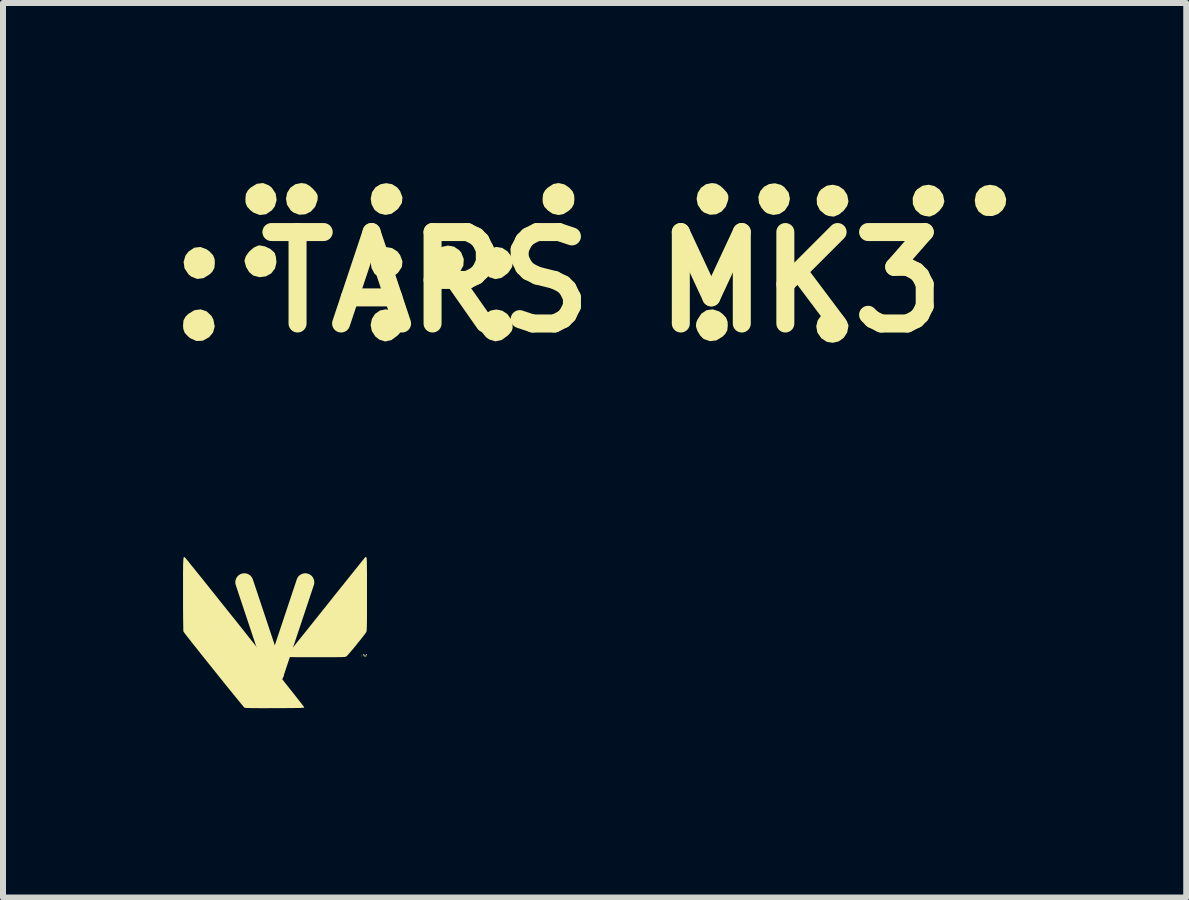
<source format=kicad_pcb>
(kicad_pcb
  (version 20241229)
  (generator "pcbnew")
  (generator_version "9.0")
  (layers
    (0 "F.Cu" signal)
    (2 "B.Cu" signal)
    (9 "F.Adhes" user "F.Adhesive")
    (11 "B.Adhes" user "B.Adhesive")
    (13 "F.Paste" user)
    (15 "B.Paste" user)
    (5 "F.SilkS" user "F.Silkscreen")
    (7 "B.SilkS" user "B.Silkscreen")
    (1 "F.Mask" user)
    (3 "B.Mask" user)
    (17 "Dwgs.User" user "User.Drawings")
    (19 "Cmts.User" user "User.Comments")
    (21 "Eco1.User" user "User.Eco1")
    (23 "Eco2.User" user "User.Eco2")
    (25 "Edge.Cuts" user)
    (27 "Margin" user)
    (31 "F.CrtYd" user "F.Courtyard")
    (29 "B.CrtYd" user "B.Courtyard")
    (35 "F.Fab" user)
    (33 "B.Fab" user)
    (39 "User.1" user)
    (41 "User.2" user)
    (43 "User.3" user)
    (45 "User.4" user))
  (footprint "TARS MK3"
    (layer "F.Cu")
    (at 6.988 1.651)
    (property "Reference" "TARS MK3" (at 0 0 0) (layer "F.SilkS") (effects (font (size 1.524 1.524) (thickness 0.3))))
    (attr board_only exclude_from_pos_files exclude_from_bom)
    (fp_poly (pts (xy -3.505 -1.632) (xy -3.418 -1.577) (xy -3.372 -1.518) (xy -3.332 -1.414) (xy -3.341 -1.319) (xy -3.402 -1.226) (xy -3.419 -1.209) (xy -3.514 -1.139) (xy -3.615 -1.12) (xy -3.718 -1.145) (xy -3.797 -1.204) (xy -3.847 -1.298) (xy -3.861 -1.392) (xy -3.839 -1.499) (xy -3.781 -1.58) (xy -3.698 -1.631) (xy -3.602 -1.649)) (stroke (width 0) (type solid)) (fill yes) (layer "F.SilkS"))
    (fp_poly (pts (xy -3.505 -0.567) (xy -3.418 -0.512) (xy -3.372 -0.453) (xy -3.332 -0.349) (xy -3.341 -0.254) (xy -3.402 -0.161) (xy -3.419 -0.144) (xy -3.514 -0.074) (xy -3.615 -0.055) (xy -3.718 -0.08) (xy -3.797 -0.139) (xy -3.847 -0.233) (xy -3.861 -0.327) (xy -3.839 -0.434) (xy -3.781 -0.515) (xy -3.698 -0.566) (xy -3.602 -0.584)) (stroke (width 0) (type solid)) (fill yes) (layer "F.SilkS"))
    (fp_poly (pts (xy 2.975 -1.621) (xy 3.03 -1.584) (xy 3.103 -1.493) (xy 3.125 -1.388) (xy 3.102 -1.288) (xy 3.038 -1.193) (xy 2.949 -1.135) (xy 2.847 -1.119) (xy 2.745 -1.147) (xy 2.708 -1.172) (xy 2.651 -1.236) (xy 2.61 -1.315) (xy 2.598 -1.421) (xy 2.629 -1.515) (xy 2.692 -1.588) (xy 2.777 -1.634) (xy 2.875 -1.647)) (stroke (width 0) (type solid)) (fill yes) (layer "F.SilkS"))
    (fp_poly (pts (xy 6.558 -1.605) (xy 6.646 -1.549) (xy 6.694 -1.487) (xy 6.728 -1.385) (xy 6.718 -1.287) (xy 6.67 -1.202) (xy 6.595 -1.137) (xy 6.499 -1.101) (xy 6.392 -1.104) (xy 6.346 -1.118) (xy 6.267 -1.177) (xy 6.217 -1.272) (xy 6.204 -1.366) (xy 6.225 -1.473) (xy 6.283 -1.554) (xy 6.365 -1.605) (xy 6.461 -1.622)) (stroke (width 0) (type solid)) (fill yes) (layer "F.SilkS"))
    (fp_poly (pts (xy -6.595 -0.547) (xy -6.544 -0.509) (xy -6.486 -0.446) (xy -6.461 -0.381) (xy -6.458 -0.319) (xy -6.466 -0.237) (xy -6.499 -0.175) (xy -6.544 -0.13) (xy -6.648 -0.066) (xy -6.752 -0.053) (xy -6.852 -0.092) (xy -6.898 -0.131) (xy -6.963 -0.229) (xy -6.979 -0.337) (xy -6.947 -0.444) (xy -6.898 -0.508) (xy -6.802 -0.573) (xy -6.699 -0.586)) (stroke (width 0) (type solid)) (fill yes) (layer "F.SilkS"))
    (fp_poly (pts (xy -6.594 0.487) (xy -6.514 0.564) (xy -6.483 0.623) (xy -6.46 0.737) (xy -6.488 0.84) (xy -6.555 0.919) (xy -6.658 0.976) (xy -6.764 0.981) (xy -6.869 0.934) (xy -6.901 0.908) (xy -6.96 0.845) (xy -6.984 0.78) (xy -6.988 0.719) (xy -6.98 0.636) (xy -6.946 0.575) (xy -6.901 0.53) (xy -6.799 0.468) (xy -6.693 0.454)) (stroke (width 0) (type solid)) (fill yes) (layer "F.SilkS"))
    (fp_poly (pts (xy -5.556 -1.612) (xy -5.509 -1.573) (xy -5.444 -1.475) (xy -5.428 -1.367) (xy -5.46 -1.26) (xy -5.509 -1.196) (xy -5.605 -1.131) (xy -5.708 -1.118) (xy -5.812 -1.157) (xy -5.863 -1.195) (xy -5.921 -1.258) (xy -5.946 -1.323) (xy -5.949 -1.384) (xy -5.941 -1.467) (xy -5.908 -1.529) (xy -5.863 -1.574) (xy -5.76 -1.638) (xy -5.655 -1.651)) (stroke (width 0) (type solid)) (fill yes) (layer "F.SilkS"))
    (fp_poly (pts (xy -3.505 0.477) (xy -3.415 0.543) (xy -3.354 0.638) (xy -3.337 0.698) (xy -3.332 0.763) (xy -3.348 0.814) (xy -3.394 0.87) (xy -3.415 0.891) (xy -3.517 0.966) (xy -3.619 0.989) (xy -3.718 0.958) (xy -3.783 0.907) (xy -3.843 0.815) (xy -3.862 0.714) (xy -3.842 0.615) (xy -3.79 0.531) (xy -3.708 0.473) (xy -3.61 0.453)) (stroke (width 0) (type solid)) (fill yes) (layer "F.SilkS"))
    (fp_poly (pts (xy -2.476 -0.592) (xy -2.389 -0.535) (xy -2.352 -0.491) (xy -2.31 -0.383) (xy -2.317 -0.274) (xy -2.371 -0.177) (xy -2.394 -0.154) (xy -2.496 -0.091) (xy -2.602 -0.082) (xy -2.707 -0.125) (xy -2.748 -0.157) (xy -2.806 -0.22) (xy -2.831 -0.285) (xy -2.834 -0.346) (xy -2.812 -0.454) (xy -2.754 -0.536) (xy -2.67 -0.589) (xy -2.574 -0.609)) (stroke (width 0) (type solid)) (fill yes) (layer "F.SilkS"))
    (fp_poly (pts (xy -1.67 0.476) (xy -1.586 0.53) (xy -1.524 0.617) (xy -1.5 0.698) (xy -1.495 0.763) (xy -1.511 0.814) (xy -1.557 0.87) (xy -1.578 0.891) (xy -1.68 0.965) (xy -1.784 0.987) (xy -1.887 0.955) (xy -1.938 0.919) (xy -2.012 0.828) (xy -2.034 0.723) (xy -2.011 0.623) (xy -1.948 0.528) (xy -1.862 0.473) (xy -1.766 0.456)) (stroke (width 0) (type solid)) (fill yes) (layer "F.SilkS"))
    (fp_poly (pts (xy -1.668 -0.569) (xy -1.581 -0.512) (xy -1.535 -0.453) (xy -1.495 -0.349) (xy -1.504 -0.254) (xy -1.565 -0.161) (xy -1.582 -0.144) (xy -1.682 -0.071) (xy -1.784 -0.05) (xy -1.884 -0.082) (xy -1.946 -0.131) (xy -2.002 -0.203) (xy -2.022 -0.284) (xy -2.023 -0.319) (xy -2.002 -0.43) (xy -1.944 -0.513) (xy -1.861 -0.566) (xy -1.766 -0.586)) (stroke (width 0) (type solid)) (fill yes) (layer "F.SilkS"))
    (fp_poly (pts (xy 3.937 -1.6) (xy 4.02 -1.542) (xy 4.079 -1.454) (xy 4.1 -1.343) (xy 4.078 -1.269) (xy 4.021 -1.192) (xy 3.945 -1.129) (xy 3.867 -1.095) (xy 3.843 -1.092) (xy 3.767 -1.103) (xy 3.714 -1.123) (xy 3.624 -1.198) (xy 3.575 -1.295) (xy 3.57 -1.4) (xy 3.609 -1.502) (xy 3.646 -1.546) (xy 3.738 -1.607) (xy 3.839 -1.623)) (stroke (width 0) (type solid)) (fill yes) (layer "F.SilkS"))
    (fp_poly (pts (xy 5.534 -1.6) (xy 5.618 -1.542) (xy 5.676 -1.454) (xy 5.698 -1.343) (xy 5.675 -1.269) (xy 5.618 -1.192) (xy 5.543 -1.129) (xy 5.464 -1.095) (xy 5.441 -1.093) (xy 5.359 -1.106) (xy 5.301 -1.129) (xy 5.218 -1.202) (xy 5.173 -1.299) (xy 5.17 -1.405) (xy 5.21 -1.506) (xy 5.243 -1.546) (xy 5.336 -1.607) (xy 5.437 -1.623)) (stroke (width 0) (type solid)) (fill yes) (layer "F.SilkS"))
    (fp_poly (pts (xy -4.942 -1.64) (xy -4.875 -1.601) (xy -4.826 -1.557) (xy -4.77 -1.494) (xy -4.745 -1.445) (xy -4.745 -1.386) (xy -4.748 -1.364) (xy -4.787 -1.255) (xy -4.859 -1.175) (xy -4.95 -1.13) (xy -5.05 -1.123) (xy -5.148 -1.159) (xy -5.194 -1.196) (xy -5.255 -1.289) (xy -5.273 -1.39) (xy -5.253 -1.489) (xy -5.2 -1.573) (xy -5.117 -1.631) (xy -5.018 -1.651)) (stroke (width 0) (type solid)) (fill yes) (layer "F.SilkS"))
    (fp_poly (pts (xy 1.9 -1.64) (xy 1.968 -1.601) (xy 2.016 -1.557) (xy 2.073 -1.494) (xy 2.097 -1.445) (xy 2.098 -1.386) (xy 2.094 -1.364) (xy 2.055 -1.255) (xy 1.984 -1.175) (xy 1.893 -1.13) (xy 1.792 -1.123) (xy 1.694 -1.159) (xy 1.649 -1.196) (xy 1.588 -1.289) (xy 1.569 -1.39) (xy 1.589 -1.489) (xy 1.643 -1.573) (xy 1.725 -1.631) (xy 1.824 -1.651)) (stroke (width 0) (type solid)) (fill yes) (layer "F.SilkS"))
    (fp_poly (pts (xy -0.635 -1.629) (xy -0.553 -1.574) (xy -0.495 -1.511) (xy -0.471 -1.446) (xy -0.467 -1.384) (xy -0.475 -1.302) (xy -0.509 -1.24) (xy -0.553 -1.195) (xy -0.648 -1.134) (xy -0.732 -1.118) (xy -0.83 -1.14) (xy -0.911 -1.195) (xy -0.969 -1.258) (xy -0.994 -1.323) (xy -0.997 -1.384) (xy -0.989 -1.467) (xy -0.956 -1.529) (xy -0.911 -1.574) (xy -0.817 -1.635) (xy -0.732 -1.651)) (stroke (width 0) (type solid)) (fill yes) (layer "F.SilkS"))
    (fp_poly (pts (xy 3.924 0.496) (xy 3.978 0.539) (xy 4.006 0.566) (xy 4.072 0.648) (xy 4.1 0.72) (xy 4.1 0.728) (xy 4.078 0.841) (xy 4.02 0.929) (xy 3.937 0.988) (xy 3.839 1.011) (xy 3.739 0.995) (xy 3.646 0.934) (xy 3.646 0.934) (xy 3.581 0.838) (xy 3.563 0.735) (xy 3.587 0.637) (xy 3.648 0.555) (xy 3.744 0.5) (xy 3.8 0.488) (xy 3.872 0.482)) (stroke (width 0) (type solid)) (fill yes) (layer "F.SilkS"))
    (fp_poly (pts (xy -5.621 -0.595) (xy -5.532 -0.552) (xy -5.468 -0.495) (xy -5.459 -0.481) (xy -5.44 -0.419) (xy -5.432 -0.339) (xy -5.431 -0.333) (xy -5.455 -0.228) (xy -5.517 -0.147) (xy -5.607 -0.096) (xy -5.712 -0.082) (xy -5.82 -0.11) (xy -5.886 -0.167) (xy -5.938 -0.253) (xy -5.963 -0.346) (xy -5.964 -0.36) (xy -5.942 -0.433) (xy -5.886 -0.509) (xy -5.812 -0.574) (xy -5.737 -0.609) (xy -5.712 -0.612)) (stroke (width 0) (type solid)) (fill yes) (layer "F.SilkS"))
    (fp_poly (pts (xy 1.945 0.488) (xy 2.002 0.53) (xy 2.061 0.593) (xy 2.085 0.657) (xy 2.089 0.719) (xy 2.081 0.802) (xy 2.047 0.863) (xy 2.002 0.908) (xy 1.901 0.97) (xy 1.793 0.984) (xy 1.691 0.949) (xy 1.68 0.942) (xy 1.627 0.887) (xy 1.583 0.813) (xy 1.581 0.809) (xy 1.558 0.737) (xy 1.563 0.677) (xy 1.581 0.629) (xy 1.648 0.526) (xy 1.737 0.467) (xy 1.84 0.454)) (stroke (width 0) (type solid)) (fill yes) (layer "F.SilkS")))
  (footprint "V"
    (layer "F.Cu")
    (at 1.529 7.487)
    (property "Reference" "V" (at 0 0 0) (layer "F.SilkS") (effects (font (size 1.524 1.524) (thickness 0.3))))
    (attr board_only exclude_from_pos_files exclude_from_bom)
    (fp_poly (pts (xy 1.441 0.37) (xy 1.442 0.39) (xy 1.441 0.402) (xy 1.439 0.405) (xy 1.438 0.396) (xy 1.438 0.386) (xy 1.439 0.37) (xy 1.44 0.366)) (stroke (width 0) (type solid)) (fill yes) (layer "F.SilkS"))
    (fp_poly (pts (xy 1.489 0.366) (xy 1.496 0.377) (xy 1.506 0.396) (xy 1.515 0.377) (xy 1.524 0.361) (xy 1.531 0.359) (xy 1.535 0.37) (xy 1.535 0.388) (xy 1.534 0.406) (xy 1.533 0.41) (xy 1.532 0.401) (xy 1.531 0.393) (xy 1.528 0.368) (xy 1.503 0.416) (xy 1.493 0.392) (xy 1.484 0.368) (xy 1.479 0.389) (xy 1.475 0.403) (xy 1.474 0.403) (xy 1.473 0.391) (xy 1.473 0.384) (xy 1.474 0.364) (xy 1.48 0.358)) (stroke (width 0) (type solid)) (fill yes) (layer "F.SilkS"))
    (fp_poly (pts (xy 1.522 -1.253) (xy 1.525 -1.25) (xy 1.527 -1.248) (xy 1.529 -1.242) (xy 1.53 -1.233) (xy 1.532 -1.219) (xy 1.533 -1.201) (xy 1.534 -1.176) (xy 1.534 -1.143) (xy 1.535 -1.103) (xy 1.535 -1.054) (xy 1.536 -0.995) (xy 1.536 -0.926) (xy 1.536 -0.845) (xy 1.536 -0.751) (xy 1.536 -0.644) (xy 1.536 -0.634) (xy 1.536 -0.525) (xy 1.536 -0.428) (xy 1.536 -0.344) (xy 1.536 -0.272) (xy 1.535 -0.211) (xy 1.535 -0.16) (xy 1.534 -0.118) (xy 1.533 -0.084) (xy 1.532 -0.057) (xy 1.531 -0.037) (xy 1.53 -0.023) (xy 1.528 -0.014) (xy 1.526 -0.009) (xy 1.517 0.006) (xy 1.501 0.029) (xy 1.478 0.059) (xy 1.45 0.094) (xy 1.419 0.134) (xy 1.385 0.175) (xy 1.351 0.218) (xy 1.317 0.26) (xy 1.284 0.299) (xy 1.254 0.334) (xy 1.229 0.363) (xy 1.209 0.385) (xy 1.195 0.399) (xy 1.191 0.402) (xy 1.186 0.404) (xy 1.179 0.406) (xy 1.169 0.408) (xy 1.156 0.41) (xy 1.137 0.411) (xy 1.113 0.412) (xy 1.082 0.413) (xy 1.043 0.413) (xy 0.995 0.414) (xy 0.937 0.414) (xy 0.868 0.414) (xy 0.787 0.414) (xy 0.692 0.414) (xy 0.689 0.414) (xy 0.593 0.414) (xy 0.51 0.414) (xy 0.44 0.414) (xy 0.382 0.414) (xy 0.333 0.413) (xy 0.294 0.412) (xy 0.263 0.412) (xy 0.24 0.411) (xy 0.223 0.409) (xy 0.211 0.408) (xy 0.204 0.406) (xy 0.2 0.404) (xy 0.2 0.404) (xy 0.195 0.39) (xy 0.198 0.384) (xy 0.211 0.368) (xy 0.232 0.341) (xy 0.26 0.306) (xy 0.294 0.263) (xy 0.334 0.213) (xy 0.38 0.155) (xy 0.43 0.092) (xy 0.485 0.024) (xy 0.543 -0.048) (xy 0.604 -0.125) (xy 0.667 -0.204) (xy 0.732 -0.285) (xy 0.797 -0.367) (xy 0.864 -0.45) (xy 0.93 -0.533) (xy 0.995 -0.615) (xy 1.059 -0.695) (xy 1.121 -0.772) (xy 1.181 -0.847) (xy 1.237 -0.917) (xy 1.29 -0.983) (xy 1.338 -1.043) (xy 1.381 -1.096) (xy 1.418 -1.143) (xy 1.449 -1.182) (xy 1.474 -1.212) (xy 1.491 -1.233) (xy 1.5 -1.244) (xy 1.501 -1.246) (xy 1.512 -1.255)) (stroke (width 0) (type solid)) (fill yes) (layer "F.SilkS"))
    (fp_poly (pts (xy -1.504 -1.253) (xy -1.499 -1.248) (xy -1.495 -1.245) (xy -1.488 -1.237) (xy -1.473 -1.219) (xy -1.449 -1.191) (xy -1.419 -1.153) (xy -1.382 -1.107) (xy -1.338 -1.053) (xy -1.289 -0.992) (xy -1.234 -0.924) (xy -1.174 -0.849) (xy -1.11 -0.769) (xy -1.042 -0.684) (xy -0.971 -0.595) (xy -0.897 -0.502) (xy -0.82 -0.406) (xy -0.742 -0.308) (xy -0.661 -0.208) (xy -0.58 -0.106) (xy -0.499 -0.004) (xy -0.418 0.099) (xy -0.337 0.2) (xy -0.257 0.301) (xy -0.178 0.399) (xy -0.102 0.496) (xy -0.028 0.589) (xy 0.043 0.678) (xy 0.111 0.764) (xy 0.174 0.844) (xy 0.233 0.919) (xy 0.288 0.988) (xy 0.337 1.05) (xy 0.379 1.104) (xy 0.416 1.151) (xy 0.446 1.189) (xy 0.468 1.218) (xy 0.483 1.237) (xy 0.489 1.246) (xy 0.489 1.246) (xy 0.489 1.249) (xy 0.488 1.252) (xy 0.484 1.254) (xy 0.477 1.255) (xy 0.467 1.257) (xy 0.451 1.258) (xy 0.429 1.259) (xy 0.399 1.26) (xy 0.362 1.26) (xy 0.316 1.261) (xy 0.259 1.261) (xy 0.191 1.262) (xy 0.112 1.262) (xy 0.019 1.262) (xy 0 1.262) (xy -0.101 1.263) (xy -0.188 1.263) (xy -0.263 1.263) (xy -0.326 1.262) (xy -0.378 1.262) (xy -0.42 1.261) (xy -0.453 1.26) (xy -0.477 1.259) (xy -0.493 1.258) (xy -0.503 1.256) (xy -0.505 1.255) (xy -0.512 1.248) (xy -0.526 1.231) (xy -0.549 1.205) (xy -0.577 1.17) (xy -0.612 1.127) (xy -0.653 1.078) (xy -0.698 1.022) (xy -0.747 0.962) (xy -0.8 0.897) (xy -0.855 0.828) (xy -0.912 0.758) (xy -0.97 0.685) (xy -1.028 0.612) (xy -1.087 0.539) (xy -1.145 0.467) (xy -1.201 0.397) (xy -1.255 0.329) (xy -1.305 0.265) (xy -1.353 0.206) (xy -1.395 0.152) (xy -1.433 0.104) (xy -1.465 0.063) (xy -1.491 0.03) (xy -1.509 0.005) (xy -1.52 -0.009) (xy -1.522 -0.013) (xy -1.523 -0.023) (xy -1.525 -0.046) (xy -1.525 -0.083) (xy -1.526 -0.131) (xy -1.527 -0.19) (xy -1.528 -0.26) (xy -1.528 -0.339) (xy -1.529 -0.427) (xy -1.529 -0.524) (xy -1.529 -0.627) (xy -1.529 -0.635) (xy -1.529 -0.745) (xy -1.529 -0.842) (xy -1.529 -0.926) (xy -1.529 -0.998) (xy -1.528 -1.06) (xy -1.528 -1.111) (xy -1.527 -1.153) (xy -1.525 -1.186) (xy -1.524 -1.212) (xy -1.522 -1.231) (xy -1.519 -1.244) (xy -1.517 -1.251) (xy -1.513 -1.255) (xy -1.509 -1.255)) (stroke (width 0) (type solid)) (fill yes) (layer "F.SilkS")))
  (gr_rect
    (start -3 -3)
    (end 16.716 11.905)
    (stroke (width 0.1) (type default))
    (fill no)
    (layer "Edge.Cuts")))
</source>
